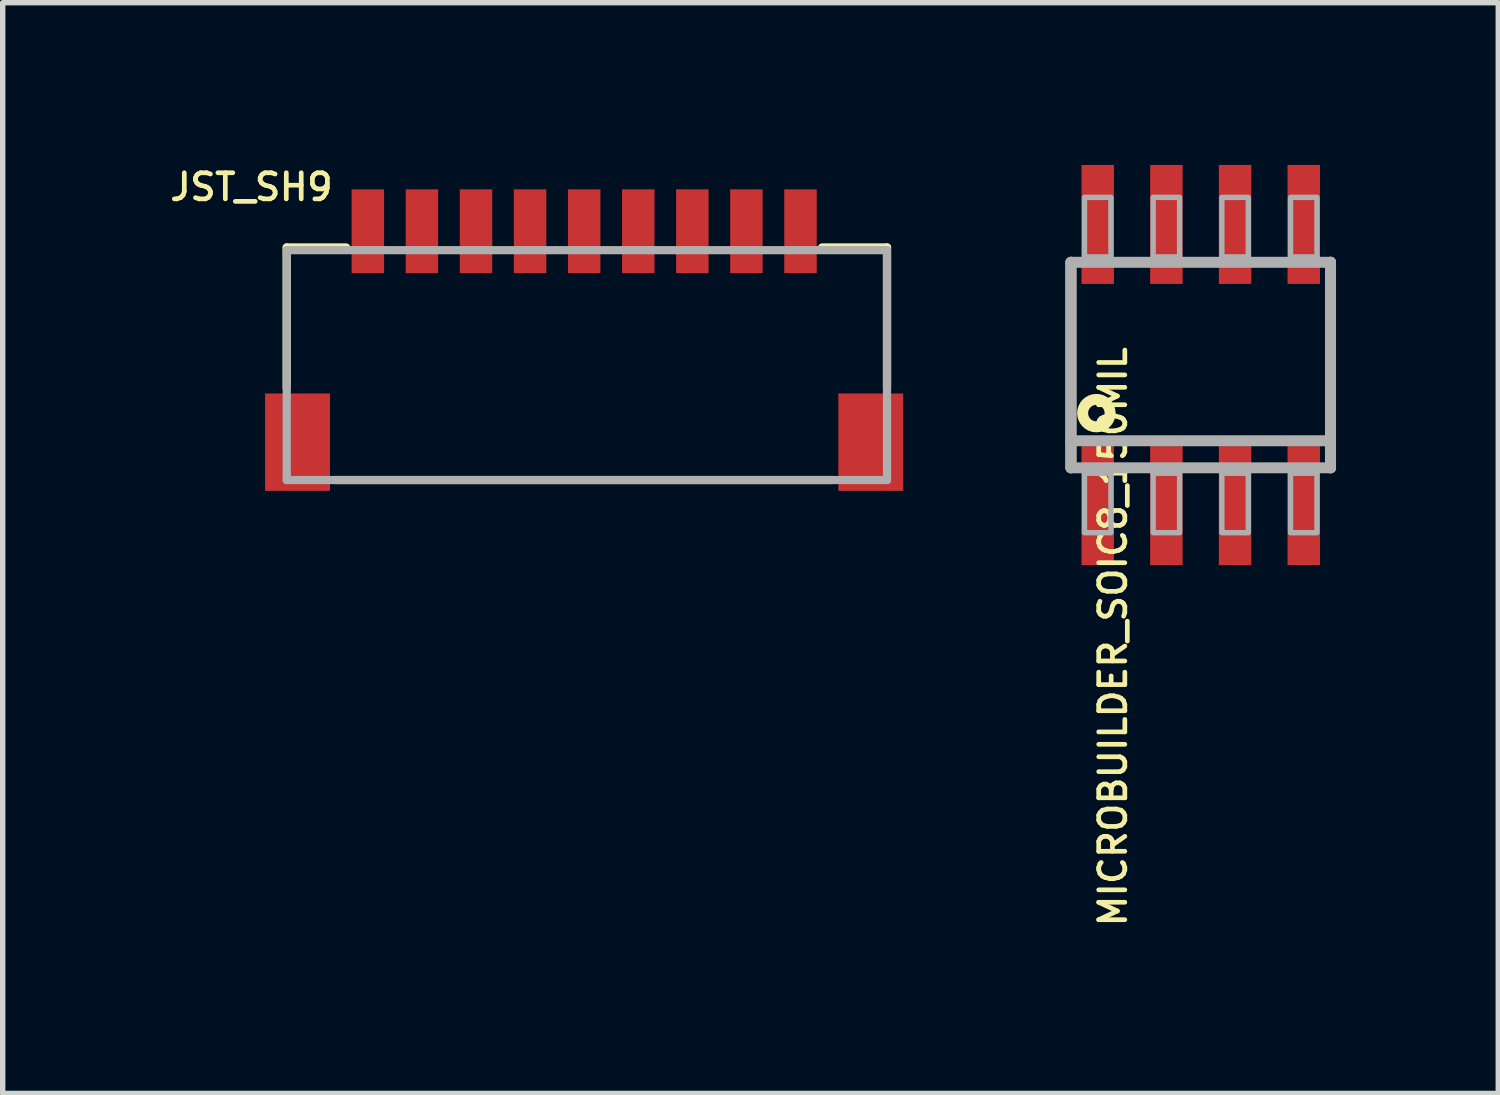
<source format=kicad_pcb>
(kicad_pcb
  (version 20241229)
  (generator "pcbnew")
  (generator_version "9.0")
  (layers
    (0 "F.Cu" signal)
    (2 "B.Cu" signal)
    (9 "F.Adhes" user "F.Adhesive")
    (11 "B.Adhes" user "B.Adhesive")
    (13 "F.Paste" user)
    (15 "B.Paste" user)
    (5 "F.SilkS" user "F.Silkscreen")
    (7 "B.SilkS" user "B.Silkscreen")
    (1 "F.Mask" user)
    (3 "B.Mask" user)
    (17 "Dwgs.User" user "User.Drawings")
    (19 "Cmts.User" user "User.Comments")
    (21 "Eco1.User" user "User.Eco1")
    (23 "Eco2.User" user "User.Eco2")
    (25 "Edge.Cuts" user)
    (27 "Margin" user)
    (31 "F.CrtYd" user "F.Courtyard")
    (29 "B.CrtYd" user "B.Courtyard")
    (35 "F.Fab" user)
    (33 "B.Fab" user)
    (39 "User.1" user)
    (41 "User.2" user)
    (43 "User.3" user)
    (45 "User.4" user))
  (footprint "JST_SH9"
    (layer "F.Cu")
    (at 7.752 3.74)
    (property "Reference" "JST_SH9" (at -4.6 -3.614 180) (layer "F.SilkS") (effects (font (size 0.483 0.483) (thickness 0.087)) (justify right top)))
    (attr through_hole)
    (fp_line (start -5.5 -2.214) (end -4.4 -2.214) (stroke (width 0.152) (type solid)) (layer "F.SilkS"))
    (fp_line (start -5.5 0.386) (end -5.5 -2.214) (stroke (width 0.152) (type solid)) (layer "F.SilkS"))
    (fp_line (start -4.6 2.086) (end 4.6 2.086) (stroke (width 0.152) (type solid)) (layer "F.SilkS"))
    (fp_line (start 4.4 -2.214) (end 5.6 -2.214) (stroke (width 0.152) (type solid)) (layer "F.SilkS"))
    (fp_line (start 5.6 -2.214) (end 5.6 0.386) (stroke (width 0.152) (type solid)) (layer "F.SilkS"))
    (fp_line (start -5.5 -2.164) (end 5.6 -2.164) (stroke (width 0.152) (type solid)) (layer "F.Fab"))
    (fp_line (start -5.5 2.086) (end -5.5 -2.164) (stroke (width 0.152) (type solid)) (layer "F.Fab"))
    (fp_line (start 5.6 -2.164) (end 5.6 2.086) (stroke (width 0.152) (type solid)) (layer "F.Fab"))
    (fp_line (start 5.6 2.086) (end -5.5 2.086) (stroke (width 0.152) (type solid)) (layer "F.Fab"))
    (pad "1" smd rect (at -4 -2.514 90) (size 1.55 0.6) (layers "F.Cu" "F.Mask" "F.Paste"))
    (pad "2" smd rect (at -3 -2.514 90) (size 1.55 0.6) (layers "F.Cu" "F.Mask" "F.Paste"))
    (pad "3" smd rect (at -2 -2.514 90) (size 1.55 0.6) (layers "F.Cu" "F.Mask" "F.Paste"))
    (pad "4" smd rect (at -1 -2.514 90) (size 1.55 0.6) (layers "F.Cu" "F.Mask" "F.Paste"))
    (pad "5" smd rect (at 0 -2.514 90) (size 1.55 0.6) (layers "F.Cu" "F.Mask" "F.Paste"))
    (pad "6" smd rect (at 1 -2.514 90) (size 1.55 0.6) (layers "F.Cu" "F.Mask" "F.Paste"))
    (pad "7" smd rect (at 2 -2.514 90) (size 1.55 0.6) (layers "F.Cu" "F.Mask" "F.Paste"))
    (pad "8" smd rect (at 3 -2.514 90) (size 1.55 0.6) (layers "F.Cu" "F.Mask" "F.Paste"))
    (pad "9" smd rect (at 4 -2.514 90) (size 1.55 0.6) (layers "F.Cu" "F.Mask" "F.Paste"))
    (pad "MT1" smd rect (at -5.3 1.386 90) (size 1.8 1.2) (layers "F.Cu" "F.Mask" "F.Paste"))
    (pad "MT2" smd rect (at 5.3 1.386 90) (size 1.8 1.2) (layers "F.Cu" "F.Mask" "F.Paste")))
  (footprint "MICROBUILDER_SOIC8_150MIL"
    (layer "F.Cu")
    (at 19.153 3.7)
    (property "Reference" "MICROBUILDER_SOIC8_150MIL" (at -1.905 -0.381 270) (layer "F.SilkS") (effects (font (size 0.483 0.483) (thickness 0.087)) (justify right top)))
    (attr through_hole)
    (fp_line (start -2.4 1.9) (end -2.4 -1.9) (stroke (width 0.203) (type solid)) (layer "F.SilkS"))
    (fp_line (start 2.4 -1.9) (end 2.4 1.9) (stroke (width 0.203) (type solid)) (layer "F.SilkS"))
    (fp_circle (center -1.93 0.889) (end -1.676 0.889) (stroke (width 0.203) (type solid)) (fill no) (layer "F.SilkS"))
    (fp_line (start -2.4 -1.9) (end 2.4 -1.9) (stroke (width 0.203) (type solid)) (layer "F.Fab"))
    (fp_line (start -2.4 1.4) (end -2.4 -1.9) (stroke (width 0.203) (type solid)) (layer "F.Fab"))
    (fp_line (start -2.4 1.9) (end -2.4 1.4) (stroke (width 0.203) (type solid)) (layer "F.Fab"))
    (fp_line (start 2.4 -1.9) (end 2.4 1.4) (stroke (width 0.203) (type solid)) (layer "F.Fab"))
    (fp_line (start 2.4 1.4) (end -2.4 1.4) (stroke (width 0.203) (type solid)) (layer "F.Fab"))
    (fp_line (start 2.4 1.4) (end 2.4 1.9) (stroke (width 0.203) (type solid)) (layer "F.Fab"))
    (fp_line (start 2.4 1.9) (end -2.4 1.9) (stroke (width 0.203) (type solid)) (layer "F.Fab"))
    (fp_poly (pts (xy -2.15 -2) (xy -1.66 -2) (xy -1.66 -3.1) (xy -2.15 -3.1)) (stroke (width 0.1) (type solid)) (fill no) (layer "F.Fab"))
    (fp_poly (pts (xy -2.15 3.1) (xy -1.66 3.1) (xy -1.66 2) (xy -2.15 2)) (stroke (width 0.1) (type solid)) (fill no) (layer "F.Fab"))
    (fp_poly (pts (xy -0.88 -2) (xy -0.39 -2) (xy -0.39 -3.1) (xy -0.88 -3.1)) (stroke (width 0.1) (type solid)) (fill no) (layer "F.Fab"))
    (fp_poly (pts (xy -0.88 3.1) (xy -0.39 3.1) (xy -0.39 2) (xy -0.88 2)) (stroke (width 0.1) (type solid)) (fill no) (layer "F.Fab"))
    (fp_poly (pts (xy 0.39 -2) (xy 0.88 -2) (xy 0.88 -3.1) (xy 0.39 -3.1)) (stroke (width 0.1) (type solid)) (fill no) (layer "F.Fab"))
    (fp_poly (pts (xy 0.39 3.1) (xy 0.88 3.1) (xy 0.88 2) (xy 0.39 2)) (stroke (width 0.1) (type solid)) (fill no) (layer "F.Fab"))
    (fp_poly (pts (xy 1.66 -2) (xy 2.15 -2) (xy 2.15 -3.1) (xy 1.66 -3.1)) (stroke (width 0.1) (type solid)) (fill no) (layer "F.Fab"))
    (fp_poly (pts (xy 1.66 3.1) (xy 2.15 3.1) (xy 2.15 2) (xy 1.66 2)) (stroke (width 0.1) (type solid)) (fill no) (layer "F.Fab"))
    (pad "1" smd rect (at -1.905 2.6) (size 0.6 2.2) (layers "F.Cu" "F.Mask" "F.Paste"))
    (pad "2" smd rect (at -0.635 2.6) (size 0.6 2.2) (layers "F.Cu" "F.Mask" "F.Paste"))
    (pad "3" smd rect (at 0.635 2.6) (size 0.6 2.2) (layers "F.Cu" "F.Mask" "F.Paste"))
    (pad "4" smd rect (at 1.905 2.6) (size 0.6 2.2) (layers "F.Cu" "F.Mask" "F.Paste"))
    (pad "5" smd rect (at 1.905 -2.6) (size 0.6 2.2) (layers "F.Cu" "F.Mask" "F.Paste"))
    (pad "6" smd rect (at 0.635 -2.6) (size 0.6 2.2) (layers "F.Cu" "F.Mask" "F.Paste"))
    (pad "7" smd rect (at -0.635 -2.6) (size 0.6 2.2) (layers "F.Cu" "F.Mask" "F.Paste"))
    (pad "8" smd rect (at -1.905 -2.6) (size 0.6 2.2) (layers "F.Cu" "F.Mask" "F.Paste")))
  (gr_rect
    (start -3 -3)
    (end 24.655 17.169)
    (stroke (width 0.1) (type default))
    (fill no)
    (layer "Edge.Cuts")))
</source>
